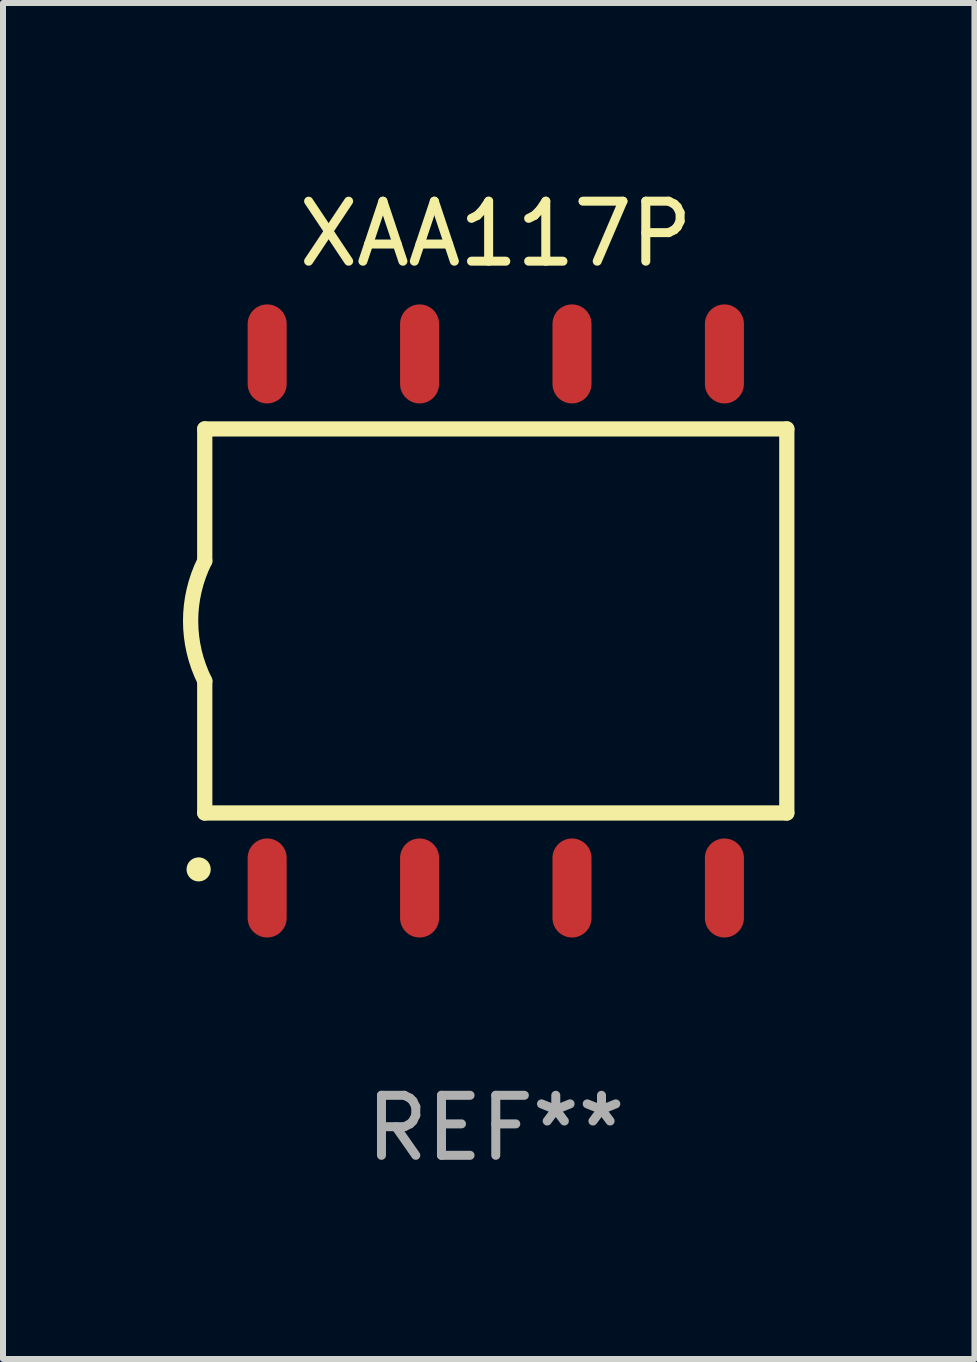
<source format=kicad_pcb>
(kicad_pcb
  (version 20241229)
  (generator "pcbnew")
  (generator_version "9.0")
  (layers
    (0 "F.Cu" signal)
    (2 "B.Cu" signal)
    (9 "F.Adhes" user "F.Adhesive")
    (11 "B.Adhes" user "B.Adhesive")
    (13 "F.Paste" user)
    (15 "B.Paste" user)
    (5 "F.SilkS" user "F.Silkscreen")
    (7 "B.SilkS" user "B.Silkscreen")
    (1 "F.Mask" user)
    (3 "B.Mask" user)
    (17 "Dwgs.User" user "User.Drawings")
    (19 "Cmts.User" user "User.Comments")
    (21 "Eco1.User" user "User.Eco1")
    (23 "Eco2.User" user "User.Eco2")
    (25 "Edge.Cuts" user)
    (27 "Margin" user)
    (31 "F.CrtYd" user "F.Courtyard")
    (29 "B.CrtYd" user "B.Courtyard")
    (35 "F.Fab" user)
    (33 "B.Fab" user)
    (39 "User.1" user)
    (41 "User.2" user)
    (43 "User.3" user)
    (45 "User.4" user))
  (footprint "XAA117P"
    (layer "F.Cu")
    (at 5.212 7.298)
    (property "Reference" "XAA117P" (at 0 -6.45 0) (layer "F.SilkS") (effects (font (size 1 1) (thickness 0.15))))
    (attr through_hole)
    (fp_line (start -4.85 -3.2) (end -4.85 -1) (stroke (width 0.254) (type solid)) (layer "F.SilkS"))
    (fp_line (start -4.85 -3.2) (end 4.85 -3.2) (stroke (width 0.254) (type solid)) (layer "F.SilkS"))
    (fp_line (start -4.85 3.2) (end -4.85 1) (stroke (width 0.254) (type solid)) (layer "F.SilkS"))
    (fp_line (start 4.85 -3.2) (end 4.85 3.2) (stroke (width 0.254) (type solid)) (layer "F.SilkS"))
    (fp_line (start 4.85 3.2) (end -4.85 3.2) (stroke (width 0.254) (type solid)) (layer "F.SilkS"))
    (fp_arc (start -4.95301 4.140208) (mid -4.95174 4.140204) (end -4.95047 4.140208) (stroke (width 0.4) (type solid)) (layer "F.SilkS"))
    (fp_arc (start -4.84887 1.000762) (mid -5.085418 0.000516) (end -4.850013 -1) (stroke (width 0.254001) (type solid)) (layer "F.SilkS"))
    (fp_text user "REF**" (at 0 8.45 0) (layer "F.Fab") (effects (font (size 1 1) (thickness 0.15))))
    (pad "1" smd oval (at -3.81 4.45) (size 0.65 1.65) (layers "F.Cu" "F.Mask" "F.Paste"))
    (pad "2" smd oval (at -1.27 4.45) (size 0.65 1.65) (layers "F.Cu" "F.Mask" "F.Paste"))
    (pad "3" smd oval (at 1.27 4.45) (size 0.65 1.65) (layers "F.Cu" "F.Mask" "F.Paste"))
    (pad "4" smd oval (at 3.81 4.45) (size 0.65 1.65) (layers "F.Cu" "F.Mask" "F.Paste"))
    (pad "5" smd oval (at 3.81 -4.45 180) (size 0.65 1.65) (layers "F.Cu" "F.Mask" "F.Paste"))
    (pad "6" smd oval (at 1.27 -4.45 180) (size 0.65 1.65) (layers "F.Cu" "F.Mask" "F.Paste"))
    (pad "7" smd oval (at -1.27 -4.45 180) (size 0.65 1.65) (layers "F.Cu" "F.Mask" "F.Paste"))
    (pad "8" smd oval (at -3.81 -4.45 180) (size 0.65 1.65) (layers "F.Cu" "F.Mask" "F.Paste")))
  (gr_rect
    (start -3 -3)
    (end 13.189 19.597)
    (stroke (width 0.1) (type default))
    (fill no)
    (layer "Edge.Cuts")))
</source>
